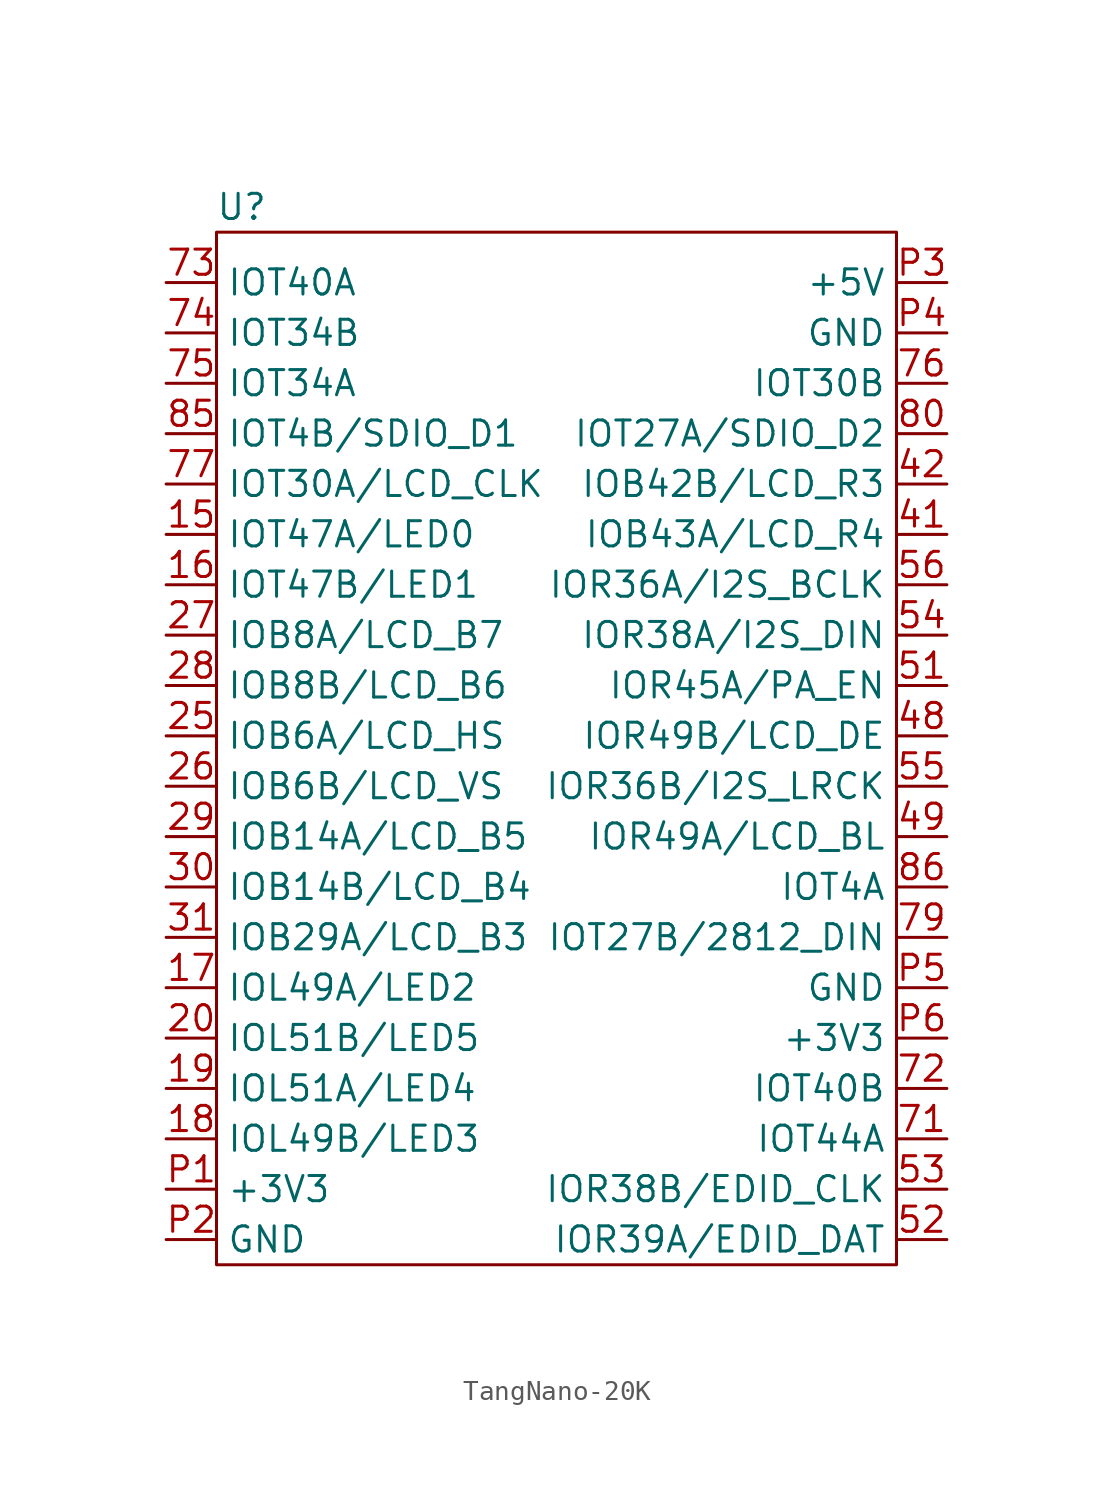
<source format=kicad_sym>
(kicad_symbol_lib
  (version 20231120)
  (generator "kicad_symbol_editor")
  (generator_version "8.0")
  (symbol "TangNano-20K"
    (property "Reference" "U"
      (at -16.51 27.94 0)
      (effects (font (size 1.27 1.27))))
    (property "Value" ""
      (at 0 0 0)
      (effects (font (size 1.27 1.27))))
    (symbol "TangNano-20K_0_1"
      (rectangle (start -17.78 26.67) (end 16.51 -25.4) (stroke (width 0) (type default)) (fill (type none))))
    (symbol "TangNano-20K_1_1"
      (pin bidirectional line (at -20.32 11.43 0) (length 2.54) (name "IOT47A/LED0" (effects (font (size 1.27 1.27)))) (number "15" (effects (font (size 1.27 1.27)))))
      (pin bidirectional line (at -20.32 8.89 0) (length 2.54) (name "IOT47B/LED1" (effects (font (size 1.27 1.27)))) (number "16" (effects (font (size 1.27 1.27)))))
      (pin bidirectional line (at -20.32 -11.43 0) (length 2.54) (name "IOL49A/LED2" (effects (font (size 1.27 1.27)))) (number "17" (effects (font (size 1.27 1.27)))))
      (pin bidirectional line (at -20.32 -19.05 0) (length 2.54) (name "IOL49B/LED3" (effects (font (size 1.27 1.27)))) (number "18" (effects (font (size 1.27 1.27)))))
      (pin bidirectional line (at -20.32 -16.51 0) (length 2.54) (name "IOL51A/LED4" (effects (font (size 1.27 1.27)))) (number "19" (effects (font (size 1.27 1.27)))))
      (pin bidirectional line (at -20.32 -13.97 0) (length 2.54) (name "IOL51B/LED5" (effects (font (size 1.27 1.27)))) (number "20" (effects (font (size 1.27 1.27)))))
      (pin bidirectional line (at -20.32 1.27 0) (length 2.54) (name "IOB6A/LCD_HS" (effects (font (size 1.27 1.27)))) (number "25" (effects (font (size 1.27 1.27)))))
      (pin bidirectional line (at -20.32 -1.27 0) (length 2.54) (name "IOB6B/LCD_VS" (effects (font (size 1.27 1.27)))) (number "26" (effects (font (size 1.27 1.27)))))
      (pin bidirectional line (at -20.32 6.35 0) (length 2.54) (name "IOB8A/LCD_B7" (effects (font (size 1.27 1.27)))) (number "27" (effects (font (size 1.27 1.27)))))
      (pin bidirectional line (at -20.32 3.81 0) (length 2.54) (name "IOB8B/LCD_B6" (effects (font (size 1.27 1.27)))) (number "28" (effects (font (size 1.27 1.27)))))
      (pin bidirectional line (at -20.32 -3.81 0) (length 2.54) (name "IOB14A/LCD_B5" (effects (font (size 1.27 1.27)))) (number "29" (effects (font (size 1.27 1.27)))))
      (pin bidirectional line (at -20.32 -6.35 0) (length 2.54) (name "IOB14B/LCD_B4" (effects (font (size 1.27 1.27)))) (number "30" (effects (font (size 1.27 1.27)))))
      (pin bidirectional line (at -20.32 -8.89 0) (length 2.54) (name "IOB29A/LCD_B3" (effects (font (size 1.27 1.27)))) (number "31" (effects (font (size 1.27 1.27)))))
      (pin bidirectional line (at 19.05 11.43 180) (length 2.54) (name "IOB43A/LCD_R4" (effects (font (size 1.27 1.27)))) (number "41" (effects (font (size 1.27 1.27)))))
      (pin bidirectional line (at 19.05 13.97 180) (length 2.54) (name "IOB42B/LCD_R3" (effects (font (size 1.27 1.27)))) (number "42" (effects (font (size 1.27 1.27)))))
      (pin bidirectional line (at 19.05 1.27 180) (length 2.54) (name "IOR49B/LCD_DE" (effects (font (size 1.27 1.27)))) (number "48" (effects (font (size 1.27 1.27)))))
      (pin bidirectional line (at 19.05 -3.81 180) (length 2.54) (name "IOR49A/LCD_BL" (effects (font (size 1.27 1.27)))) (number "49" (effects (font (size 1.27 1.27)))))
      (pin bidirectional line (at 19.05 3.81 180) (length 2.54) (name "IOR45A/PA_EN" (effects (font (size 1.27 1.27)))) (number "51" (effects (font (size 1.27 1.27)))))
      (pin bidirectional line (at 19.05 -24.13 180) (length 2.54) (name "IOR39A/EDID_DAT" (effects (font (size 1.27 1.27)))) (number "52" (effects (font (size 1.27 1.27)))))
      (pin bidirectional line (at 19.05 -21.59 180) (length 2.54) (name "IOR38B/EDID_CLK" (effects (font (size 1.27 1.27)))) (number "53" (effects (font (size 1.27 1.27)))))
      (pin bidirectional line (at 19.05 6.35 180) (length 2.54) (name "IOR38A/I2S_DIN" (effects (font (size 1.27 1.27)))) (number "54" (effects (font (size 1.27 1.27)))))
      (pin bidirectional line (at 19.05 -1.27 180) (length 2.54) (name "IOR36B/I2S_LRCK" (effects (font (size 1.27 1.27)))) (number "55" (effects (font (size 1.27 1.27)))))
      (pin bidirectional line (at 19.05 8.89 180) (length 2.54) (name "IOR36A/I2S_BCLK" (effects (font (size 1.27 1.27)))) (number "56" (effects (font (size 1.27 1.27)))))
      (pin bidirectional line (at 19.05 -19.05 180) (length 2.54) (name "IOT44A" (effects (font (size 1.27 1.27)))) (number "71" (effects (font (size 1.27 1.27)))))
      (pin bidirectional line (at 19.05 -16.51 180) (length 2.54) (name "IOT40B" (effects (font (size 1.27 1.27)))) (number "72" (effects (font (size 1.27 1.27)))))
      (pin bidirectional line (at -20.32 24.13 0) (length 2.54) (name "IOT40A" (effects (font (size 1.27 1.27)))) (number "73" (effects (font (size 1.27 1.27)))))
      (pin bidirectional line (at -20.32 21.59 0) (length 2.54) (name "IOT34B" (effects (font (size 1.27 1.27)))) (number "74" (effects (font (size 1.27 1.27)))))
      (pin bidirectional line (at -20.32 19.05 0) (length 2.54) (name "IOT34A" (effects (font (size 1.27 1.27)))) (number "75" (effects (font (size 1.27 1.27)))))
      (pin bidirectional line (at 19.05 19.05 180) (length 2.54) (name "IOT30B" (effects (font (size 1.27 1.27)))) (number "76" (effects (font (size 1.27 1.27)))))
      (pin bidirectional line (at -20.32 13.97 0) (length 2.54) (name "IOT30A/LCD_CLK" (effects (font (size 1.27 1.27)))) (number "77" (effects (font (size 1.27 1.27)))))
      (pin bidirectional line (at 19.05 -8.89 180) (length 2.54) (name "IOT27B/2812_DIN" (effects (font (size 1.27 1.27)))) (number "79" (effects (font (size 1.27 1.27)))))
      (pin bidirectional line (at 19.05 16.51 180) (length 2.54) (name "IOT27A/SDIO_D2" (effects (font (size 1.27 1.27)))) (number "80" (effects (font (size 1.27 1.27)))))
      (pin bidirectional line (at -20.32 16.51 0) (length 2.54) (name "IOT4B/SDIO_D1" (effects (font (size 1.27 1.27)))) (number "85" (effects (font (size 1.27 1.27)))))
      (pin bidirectional line (at 19.05 -6.35 180) (length 2.54) (name "IOT4A" (effects (font (size 1.27 1.27)))) (number "86" (effects (font (size 1.27 1.27)))))
      (pin power_out line (at -20.32 -21.59 0) (length 2.54) (name "+3V3" (effects (font (size 1.27 1.27)))) (number "P1" (effects (font (size 1.27 1.27)))))
      (pin power_in line (at -20.32 -24.13 0) (length 2.54) (name "GND" (effects (font (size 1.27 1.27)))) (number "P2" (effects (font (size 1.27 1.27)))))
      (pin power_in line (at 19.05 24.13 180) (length 2.54) (name "+5V" (effects (font (size 1.27 1.27)))) (number "P3" (effects (font (size 1.27 1.27)))))
      (pin power_in line (at 19.05 21.59 180) (length 2.54) (name "GND" (effects (font (size 1.27 1.27)))) (number "P4" (effects (font (size 1.27 1.27)))))
      (pin power_in line (at 19.05 -11.43 180) (length 2.54) (name "GND" (effects (font (size 1.27 1.27)))) (number "P5" (effects (font (size 1.27 1.27)))))
      (pin power_out line (at 19.05 -13.97 180) (length 2.54) (name "+3V3" (effects (font (size 1.27 1.27)))) (number "P6" (effects (font (size 1.27 1.27))))))))
</source>
